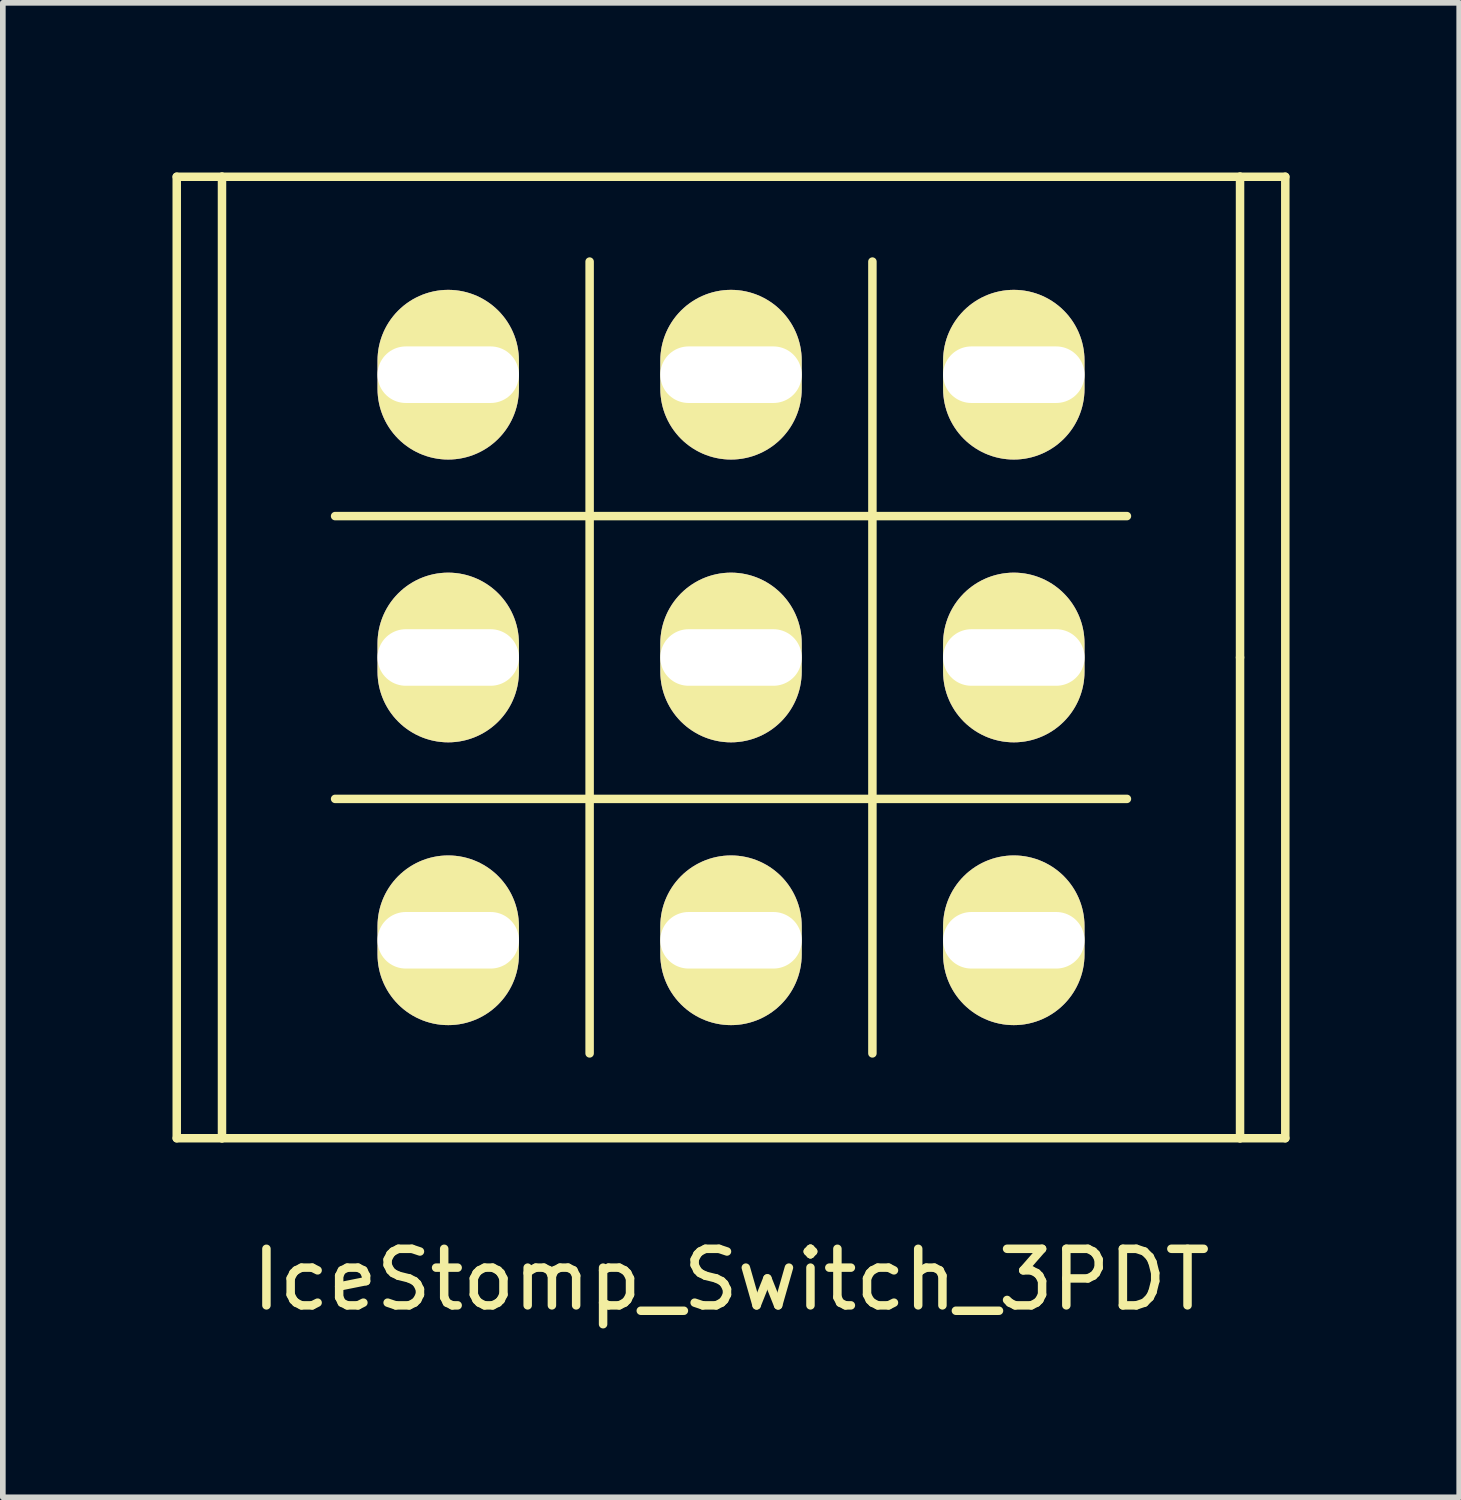
<source format=kicad_pcb>
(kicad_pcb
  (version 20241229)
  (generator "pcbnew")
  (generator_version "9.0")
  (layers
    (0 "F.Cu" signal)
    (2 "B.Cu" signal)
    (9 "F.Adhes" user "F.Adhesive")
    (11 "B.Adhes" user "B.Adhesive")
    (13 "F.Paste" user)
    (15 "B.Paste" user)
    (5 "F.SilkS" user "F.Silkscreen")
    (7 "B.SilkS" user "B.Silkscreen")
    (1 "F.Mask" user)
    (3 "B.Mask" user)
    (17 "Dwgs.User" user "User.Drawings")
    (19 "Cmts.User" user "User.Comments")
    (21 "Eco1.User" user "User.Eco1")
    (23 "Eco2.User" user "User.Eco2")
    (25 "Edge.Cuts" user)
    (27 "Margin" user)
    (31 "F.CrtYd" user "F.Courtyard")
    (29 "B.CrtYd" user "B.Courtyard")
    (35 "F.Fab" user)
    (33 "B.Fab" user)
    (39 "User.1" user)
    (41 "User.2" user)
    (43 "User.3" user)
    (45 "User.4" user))
  (footprint "IceStomp_Switch_3PDT"
    (layer "F.Cu")
    (at 9.875 8.575)
    (property "Reference" "IceStomp_Switch_3PDT" (at 0 11 0) (layer "F.SilkS") (effects (font (size 1 1) (thickness 0.15))))
    (attr through_hole)
    (fp_line (start -9.8 -8.5) (end -9 -8.5) (stroke (width 0.15) (type solid)) (layer "F.SilkS"))
    (fp_line (start -9.8 8.5) (end -9.8 -8.5) (stroke (width 0.15) (type solid)) (layer "F.SilkS"))
    (fp_line (start -9 -8.5) (end 9 -8.5) (stroke (width 0.15) (type solid)) (layer "F.SilkS"))
    (fp_line (start -9 8.5) (end -9.8 8.5) (stroke (width 0.15) (type solid)) (layer "F.SilkS"))
    (fp_line (start -9 8.5) (end -9 -8.5) (stroke (width 0.15) (type solid)) (layer "F.SilkS"))
    (fp_line (start -9 8.5) (end 9 8.5) (stroke (width 0.15) (type solid)) (layer "F.SilkS"))
    (fp_line (start -7 -2.5) (end 7 -2.5) (stroke (width 0.15) (type solid)) (layer "F.SilkS"))
    (fp_line (start -2.5 -7) (end -2.5 7) (stroke (width 0.15) (type solid)) (layer "F.SilkS"))
    (fp_line (start 2.5 7) (end 2.5 -7) (stroke (width 0.15) (type solid)) (layer "F.SilkS"))
    (fp_line (start 7 2.5) (end -7 2.5) (stroke (width 0.15) (type solid)) (layer "F.SilkS"))
    (fp_line (start 9 -8.5) (end 9 0) (stroke (width 0.15) (type solid)) (layer "F.SilkS"))
    (fp_line (start 9 8.5) (end 9 0) (stroke (width 0.15) (type solid)) (layer "F.SilkS"))
    (fp_line (start 9.8 -8.5) (end 9 -8.5) (stroke (width 0.15) (type solid)) (layer "F.SilkS"))
    (fp_line (start 9.8 8.5) (end 9 8.5) (stroke (width 0.15) (type solid)) (layer "F.SilkS"))
    (fp_line (start 9.8 8.5) (end 9.8 -8.5) (stroke (width 0.15) (type solid)) (layer "F.SilkS"))
    (pad "11" thru_hole oval (at -5 -5) (size 2.5 3) (drill oval 2.5 1) (layers "*.Cu" "*.Mask" "F.SilkS"))
    (pad "12" thru_hole oval (at 0 -5) (size 2.5 3) (drill oval 2.5 1) (layers "*.Cu" "*.Mask" "F.SilkS"))
    (pad "13" thru_hole oval (at 5 -5) (size 2.5 3) (drill oval 2.5 1) (layers "*.Cu" "*.Mask" "F.SilkS"))
    (pad "21" thru_hole oval (at -5 0) (size 2.5 3) (drill oval 2.5 1) (layers "*.Cu" "*.Mask" "F.SilkS"))
    (pad "22" thru_hole oval (at 0 0) (size 2.5 3) (drill oval 2.5 1) (layers "*.Cu" "*.Mask" "F.SilkS"))
    (pad "23" thru_hole oval (at 5 0) (size 2.5 3) (drill oval 2.5 1) (layers "*.Cu" "*.Mask" "F.SilkS"))
    (pad "31" thru_hole oval (at -5 5) (size 2.5 3) (drill oval 2.5 1) (layers "*.Cu" "*.Mask" "F.SilkS"))
    (pad "32" thru_hole oval (at 0 5) (size 2.5 3) (drill oval 2.5 1) (layers "*.Cu" "*.Mask" "F.SilkS"))
    (pad "33" thru_hole oval (at 5 5) (size 2.5 3) (drill oval 2.5 1) (layers "*.Cu" "*.Mask" "F.SilkS")))
  (gr_rect
    (start -3 -3)
    (end 22.75 23.423)
    (stroke (width 0.1) (type default))
    (fill no)
    (layer "Edge.Cuts")))
</source>
